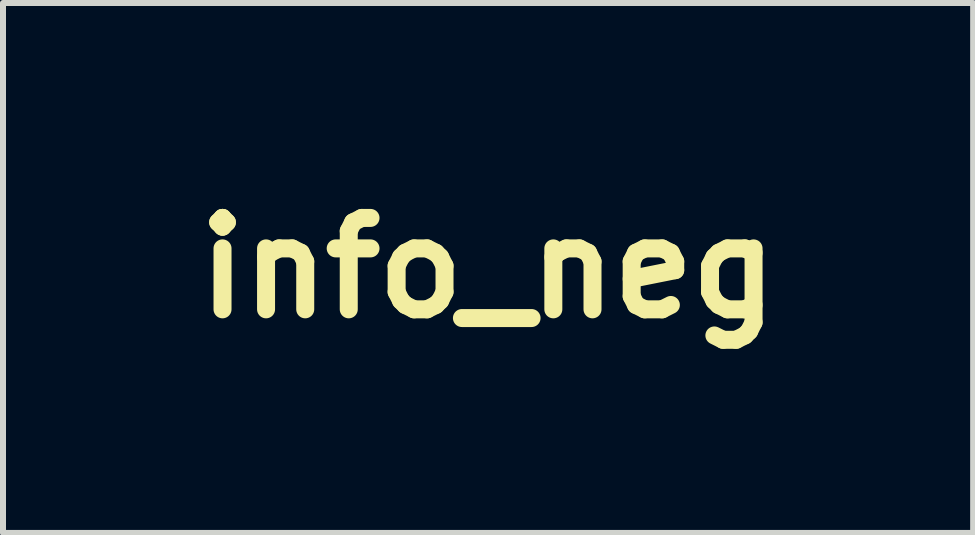
<source format=kicad_pcb>
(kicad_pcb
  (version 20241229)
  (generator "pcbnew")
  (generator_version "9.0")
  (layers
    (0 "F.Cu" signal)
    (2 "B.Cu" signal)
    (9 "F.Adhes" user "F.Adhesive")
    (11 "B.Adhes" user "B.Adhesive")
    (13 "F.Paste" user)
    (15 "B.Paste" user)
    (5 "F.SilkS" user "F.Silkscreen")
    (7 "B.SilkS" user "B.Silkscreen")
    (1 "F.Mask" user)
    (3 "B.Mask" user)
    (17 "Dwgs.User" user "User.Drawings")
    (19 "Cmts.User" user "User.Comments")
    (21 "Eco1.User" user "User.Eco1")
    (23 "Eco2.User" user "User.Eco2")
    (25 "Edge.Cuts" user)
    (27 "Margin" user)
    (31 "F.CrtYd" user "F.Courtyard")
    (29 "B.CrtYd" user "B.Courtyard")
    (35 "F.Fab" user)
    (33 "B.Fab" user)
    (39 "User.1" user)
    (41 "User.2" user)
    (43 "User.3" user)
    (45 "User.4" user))
  (footprint "info_neg"
    (layer "F.Cu")
    (at 5.087 1.418)
    (property "Reference" "info_neg" (at 0 0 0) (layer "F.SilkS") (effects (font (size 1.524 1.524) (thickness 0.3))))
    (attr through_hole)
    (fp_poly (pts (xy -2.585 -0.279) (xy -2.582 -0.265) (xy -2.594 -0.236) (xy -2.603 -0.233) (xy -2.622 -0.25) (xy -2.625 -0.265) (xy -2.613 -0.293) (xy -2.603 -0.296) (xy -2.585 -0.279)) (stroke (width 0.01) (type solid)) (fill yes) (layer "F.Mask"))
    (fp_poly (pts (xy -0.722 0.229) (xy -0.72 0.243) (xy -0.731 0.272) (xy -0.741 0.275) (xy -0.76 0.258) (xy -0.762 0.243) (xy -0.751 0.215) (xy -0.741 0.212) (xy -0.722 0.229)) (stroke (width 0.01) (type solid)) (fill yes) (layer "F.Mask"))
    (fp_poly (pts (xy 0.495 -0.374) (xy 0.504 -0.344) (xy 0.499 -0.305) (xy 0.476 -0.296) (xy 0.45 -0.311) (xy 0.448 -0.344) (xy 0.462 -0.381) (xy 0.476 -0.392) (xy 0.495 -0.374)) (stroke (width 0.01) (type solid)) (fill yes) (layer "F.Mask"))
    (fp_poly (pts (xy 1.543 0.229) (xy 1.545 0.243) (xy 1.534 0.272) (xy 1.524 0.275) (xy 1.505 0.258) (xy 1.503 0.243) (xy 1.514 0.215) (xy 1.524 0.212) (xy 1.543 0.229)) (stroke (width 0.01) (type solid)) (fill yes) (layer "F.Mask"))
    (fp_poly (pts (xy -0.873 -0.233) (xy -0.868 -0.211) (xy -0.878 -0.171) (xy -0.901 -0.155) (xy -0.918 -0.163) (xy -0.929 -0.193) (xy -0.931 -0.225) (xy -0.923 -0.26) (xy -0.9 -0.262) (xy -0.873 -0.233)) (stroke (width 0.01) (type solid)) (fill yes) (layer "F.Mask"))
    (fp_poly (pts (xy -0.425 0.135) (xy -0.424 0.137) (xy -0.409 0.176) (xy -0.431 0.204) (xy -0.467 0.212) (xy -0.499 0.199) (xy -0.508 0.159) (xy -0.495 0.116) (xy -0.464 0.108) (xy -0.425 0.135)) (stroke (width 0.01) (type solid)) (fill yes) (layer "F.Mask"))
    (fp_poly (pts (xy -2.044 0.119) (xy -2.013 0.146) (xy -2.013 0.182) (xy -2.04 0.208) (xy -2.064 0.212) (xy -2.104 0.203) (xy -2.116 0.169) (xy -2.117 0.159) (xy -2.11 0.117) (xy -2.082 0.108) (xy -2.044 0.119)) (stroke (width 0.01) (type solid)) (fill yes) (layer "F.Mask"))
    (fp_poly (pts (xy 0.04 -0.393) (xy 0.04 -0.393) (xy 0.061 -0.363) (xy 0.061 -0.325) (xy 0.042 -0.299) (xy 0.031 -0.296) (xy -0.004 -0.314) (xy -0.014 -0.33) (xy -0.014 -0.368) (xy 0.009 -0.394) (xy 0.04 -0.393)) (stroke (width 0.01) (type solid)) (fill yes) (layer "F.Mask"))
    (fp_poly (pts (xy 0.051 0.195) (xy 0.067 0.217) (xy 0.081 0.246) (xy 0.084 0.259) (xy 0.067 0.273) (xy 0.051 0.275) (xy 0.027 0.263) (xy 0.029 0.242) (xy 0.041 0.205) (xy 0.043 0.194) (xy 0.051 0.195)) (stroke (width 0.01) (type solid)) (fill yes) (layer "F.Mask"))
    (fp_poly (pts (xy -2.029 -0.375) (xy -2.014 -0.321) (xy -2.011 -0.275) (xy -2.019 -0.203) (xy -2.04 -0.163) (xy -2.071 -0.159) (xy -2.093 -0.175) (xy -2.11 -0.215) (xy -2.116 -0.276) (xy -2.11 -0.336) (xy -2.093 -0.375) (xy -2.057 -0.394) (xy -2.029 -0.375)) (stroke (width 0.01) (type solid)) (fill yes) (layer "F.Mask"))
    (fp_poly (pts (xy 0.65 0.23) (xy 0.656 0.274) (xy 0.656 0.275) (xy 0.65 0.32) (xy 0.635 0.339) (xy 0.635 0.339) (xy 0.62 0.32) (xy 0.614 0.276) (xy 0.614 0.275) (xy 0.62 0.231) (xy 0.635 0.212) (xy 0.635 0.212) (xy 0.65 0.23)) (stroke (width 0.01) (type solid)) (fill yes) (layer "F.Mask"))
    (fp_poly (pts (xy -1.123 -0.385) (xy -1.108 -0.345) (xy -1.101 -0.277) (xy -1.101 -0.264) (xy -1.108 -0.207) (xy -1.126 -0.177) (xy -1.15 -0.184) (xy -1.151 -0.184) (xy -1.16 -0.214) (xy -1.164 -0.267) (xy -1.162 -0.326) (xy -1.154 -0.373) (xy -1.145 -0.39) (xy -1.123 -0.385)) (stroke (width 0.01) (type solid)) (fill yes) (layer "F.Mask"))
    (fp_poly (pts (xy -2.285 0.145) (xy -2.267 0.2) (xy -2.265 0.233) (xy -2.275 0.301) (xy -2.302 0.341) (xy -2.343 0.345) (xy -2.344 0.345) (xy -2.36 0.32) (xy -2.369 0.269) (xy -2.37 0.207) (xy -2.365 0.152) (xy -2.351 0.118) (xy -2.349 0.116) (xy -2.314 0.114) (xy -2.285 0.145)) (stroke (width 0.01) (type solid)) (fill yes) (layer "F.Mask"))
    (fp_poly (pts (xy 2.499 0.145) (xy 2.516 0.2) (xy 2.519 0.233) (xy 2.509 0.301) (xy 2.481 0.341) (xy 2.441 0.345) (xy 2.439 0.345) (xy 2.424 0.32) (xy 2.415 0.269) (xy 2.413 0.207) (xy 2.419 0.152) (xy 2.432 0.118) (xy 2.435 0.116) (xy 2.469 0.114) (xy 2.499 0.145)) (stroke (width 0.01) (type solid)) (fill yes) (layer "F.Mask"))
    (fp_poly (pts (xy 3.006 0.55) (xy -3.006 0.55) (xy -3.006 0.386) (xy -2.921 0.386) (xy -2.903 0.399) (xy -2.862 0.401) (xy -2.813 0.392) (xy -2.806 0.389) (xy -2.788 0.373) (xy -2.778 0.336) (xy -2.773 0.269) (xy -2.773 0.233) (xy -2.731 0.233) (xy -2.729 0.32) (xy -2.724 0.372) (xy -2.713 0.397) (xy -2.699 0.402) (xy -2.678 0.39) (xy -2.668 0.348) (xy -2.667 0.304) (xy -2.665 0.246) (xy -2.658 0.223) (xy -2.641 0.228) (xy -2.635 0.233) (xy -2.601 0.249) (xy -2.572 0.233) (xy -2.552 0.222) (xy -2.543 0.237) (xy -2.54 0.285) (xy -2.54 0.304) (xy -2.536 0.368) (xy -2.523 0.398) (xy -2.508 0.402) (xy -2.492 0.394) (xy -2.482 0.365) (xy -2.478 0.308) (xy -2.477 0.233) (xy -2.434 0.233) (xy -2.429 0.299) (xy -2.416 0.353) (xy -2.412 0.361) (xy -2.375 0.392) (xy -2.319 0.402) (xy -2.266 0.39) (xy -2.248 0.377) (xy -2.234 0.343) (xy -2.225 0.282) (xy -2.223 0.233) (xy -2.228 0.146) (xy -2.249 0.093) (xy -2.288 0.068) (xy -2.332 0.064) (xy -2.159 0.064) (xy -2.159 0.233) (xy -2.157 0.317) (xy -2.15 0.376) (xy -2.14 0.402) (xy -2.138 0.402) (xy -2.123 0.384) (xy -2.117 0.339) (xy -2.117 0.339) (xy -2.108 0.29) (xy -2.087 0.275) (xy -2.06 0.293) (xy -2.033 0.336) (xy -2.032 0.339) (xy -2.006 0.383) (xy -1.978 0.402) (xy -1.977 0.402) (xy -1.952 0.396) (xy -1.952 0.373) (xy -1.97 0.335) (xy -1.982 0.285) (xy -1.967 0.23) (xy -1.951 0.155) (xy -1.971 0.1) (xy -2.025 0.069) (xy -2.074 0.064) (xy -1.905 0.064) (xy -1.905 0.402) (xy -1.82 0.402) (xy -1.767 0.397) (xy -1.738 0.386) (xy -1.736 0.381) (xy -1.754 0.366) (xy -1.798 0.36) (xy -1.799 0.36) (xy -1.845 0.354) (xy -1.861 0.33) (xy -1.863 0.308) (xy -1.85 0.265) (xy -1.817 0.25) (xy -1.774 0.234) (xy -1.773 0.233) (xy -1.672 0.233) (xy -1.672 0.402) (xy -1.587 0.402) (xy -1.534 0.397) (xy -1.505 0.386) (xy -1.503 0.381) (xy -1.521 0.366) (xy -1.566 0.36) (xy -1.566 0.36) (xy -1.63 0.36) (xy -1.63 0.233) (xy -1.439 0.233) (xy -1.439 0.402) (xy -1.355 0.402) (xy -1.302 0.397) (xy -1.272 0.386) (xy -1.27 0.381) (xy -1.288 0.366) (xy -1.333 0.36) (xy -1.333 0.36) (xy -1.397 0.36) (xy -1.397 0.233) (xy -1.228 0.233) (xy -1.226 0.32) (xy -1.221 0.372) (xy -1.21 0.397) (xy -1.196 0.402) (xy -1.18 0.394) (xy -1.17 0.365) (xy -1.165 0.308) (xy -1.164 0.233) (xy -1.122 0.233) (xy -1.12 0.32) (xy -1.115 0.372) (xy -1.104 0.397) (xy -1.09 0.402) (xy -1.068 0.388) (xy -1.059 0.34) (xy -1.058 0.32) (xy -1.056 0.268) (xy -1.043 0.247) (xy -1.013 0.247) (xy -1.005 0.249) (xy -0.968 0.263) (xy -0.954 0.297) (xy -0.953 0.331) (xy -0.947 0.379) (xy -0.934 0.402) (xy -0.931 0.402) (xy -0.922 0.385) (xy -0.868 0.385) (xy -0.855 0.403) (xy -0.829 0.397) (xy -0.804 0.374) (xy -0.798 0.36) (xy -0.77 0.324) (xy -0.741 0.318) (xy -0.697 0.335) (xy -0.683 0.36) (xy -0.665 0.389) (xy -0.637 0.403) (xy -0.616 0.396) (xy -0.614 0.385) (xy -0.621 0.344) (xy -0.64 0.283) (xy -0.667 0.213) (xy -0.695 0.148) (xy -0.721 0.098) (xy -0.739 0.075) (xy -0.741 0.074) (xy -0.758 0.092) (xy -0.783 0.139) (xy -0.811 0.203) (xy -0.838 0.273) (xy -0.858 0.336) (xy -0.868 0.381) (xy -0.868 0.385) (xy -0.922 0.385) (xy -0.921 0.382) (xy -0.913 0.328) (xy -0.91 0.248) (xy -0.91 0.233) (xy -0.913 0.149) (xy -0.919 0.09) (xy -0.929 0.064) (xy -0.931 0.064) (xy -0.572 0.064) (xy -0.572 0.233) (xy -0.57 0.32) (xy -0.565 0.372) (xy -0.554 0.397) (xy -0.54 0.402) (xy -0.515 0.383) (xy -0.508 0.339) (xy -0.502 0.294) (xy -0.488 0.275) (xy -0.487 0.275) (xy -0.465 0.292) (xy -0.437 0.333) (xy -0.434 0.339) (xy -0.404 0.383) (xy -0.377 0.402) (xy -0.361 0.392) (xy -0.36 0.38) (xy -0.369 0.344) (xy -0.383 0.314) (xy -0.395 0.27) (xy -0.383 0.247) (xy -0.376 0.233) (xy -0.296 0.233) (xy -0.296 0.402) (xy -0.212 0.402) (xy -0.159 0.397) (xy -0.129 0.386) (xy -0.127 0.381) (xy -0.132 0.377) (xy -0.064 0.377) (xy -0.053 0.401) (xy -0.032 0.394) (xy -0.011 0.362) (xy -0.011 0.36) (xy 0.02 0.324) (xy 0.053 0.318) (xy 0.1 0.334) (xy 0.116 0.36) (xy 0.136 0.393) (xy 0.158 0.401) (xy 0.169 0.379) (xy 0.169 0.377) (xy 0.163 0.335) (xy 0.145 0.273) (xy 0.131 0.233) (xy 0.233 0.233) (xy 0.236 0.318) (xy 0.244 0.374) (xy 0.254 0.4) (xy 0.265 0.392) (xy 0.275 0.347) (xy 0.279 0.302) (xy 0.286 0.202) (xy 0.339 0.302) (xy 0.379 0.37) (xy 0.409 0.4) (xy 0.429 0.389) (xy 0.44 0.339) (xy 0.443 0.276) (xy 0.487 0.276) (xy 0.489 0.358) (xy 0.497 0.411) (xy 0.515 0.446) (xy 0.533 0.465) (xy 0.581 0.497) (xy 0.625 0.507) (xy 0.652 0.492) (xy 0.656 0.476) (xy 0.64 0.448) (xy 0.626 0.445) (xy 0.58 0.426) (xy 0.547 0.378) (xy 0.529 0.314) (xy 0.529 0.243) (xy 0.549 0.179) (xy 0.572 0.148) (xy 0.612 0.114) (xy 0.645 0.111) (xy 0.69 0.136) (xy 0.694 0.139) (xy 0.726 0.172) (xy 0.737 0.221) (xy 0.738 0.26) (xy 0.734 0.349) (xy 0.722 0.254) (xy 0.709 0.192) (xy 0.69 0.162) (xy 0.664 0.152) (xy 0.609 0.163) (xy 0.568 0.207) (xy 0.551 0.274) (xy 0.55 0.283) (xy 0.561 0.35) (xy 0.597 0.388) (xy 0.665 0.402) (xy 0.681 0.402) (xy 0.743 0.394) (xy 0.778 0.367) (xy 0.785 0.357) (xy 0.798 0.3) (xy 0.848 0.3) (xy 0.854 0.357) (xy 0.872 0.388) (xy 0.909 0.4) (xy 0.962 0.402) (xy 1.058 0.402) (xy 1.058 0.296) (xy 1.057 0.234) (xy 1.056 0.233) (xy 1.101 0.233) (xy 1.102 0.32) (xy 1.108 0.372) (xy 1.118 0.397) (xy 1.132 0.402) (xy 1.153 0.39) (xy 1.163 0.348) (xy 1.164 0.304) (xy 1.166 0.246) (xy 1.173 0.223) (xy 1.19 0.228) (xy 1.196 0.233) (xy 1.23 0.249) (xy 1.259 0.233) (xy 1.279 0.222) (xy 1.288 0.237) (xy 1.291 0.285) (xy 1.291 0.304) (xy 1.295 0.368) (xy 1.309 0.398) (xy 1.323 0.402) (xy 1.339 0.394) (xy 1.342 0.385) (xy 1.397 0.385) (xy 1.409 0.403) (xy 1.436 0.397) (xy 1.461 0.374) (xy 1.467 0.36) (xy 1.495 0.324) (xy 1.524 0.318) (xy 1.568 0.335) (xy 1.581 0.36) (xy 1.6 0.389) (xy 1.628 0.403) (xy 1.648 0.396) (xy 1.651 0.385) (xy 1.644 0.344) (xy 1.624 0.283) (xy 1.606 0.233) (xy 1.693 0.233) (xy 1.695 0.32) (xy 1.7 0.372) (xy 1.711 0.397) (xy 1.725 0.402) (xy 1.741 0.394) (xy 1.751 0.365) (xy 1.756 0.308) (xy 1.757 0.233) (xy 1.799 0.233) (xy 1.799 0.402) (xy 1.884 0.402) (xy 1.937 0.397) (xy 1.966 0.386) (xy 1.968 0.381) (xy 1.955 0.37) (xy 2.032 0.37) (xy 2.043 0.399) (xy 2.053 0.402) (xy 2.072 0.385) (xy 2.074 0.37) (xy 2.063 0.342) (xy 2.053 0.339) (xy 2.034 0.356) (xy 2.032 0.37) (xy 1.955 0.37) (xy 1.95 0.366) (xy 1.906 0.36) (xy 1.905 0.36) (xy 1.841 0.36) (xy 1.841 0.233) (xy 2.117 0.233) (xy 2.121 0.303) (xy 2.132 0.357) (xy 2.142 0.377) (xy 2.175 0.393) (xy 2.224 0.401) (xy 2.273 0.4) (xy 2.303 0.39) (xy 2.307 0.382) (xy 2.289 0.366) (xy 2.249 0.356) (xy 2.216 0.349) (xy 2.198 0.332) (xy 2.192 0.293) (xy 2.191 0.24) (xy 2.35 0.24) (xy 2.357 0.316) (xy 2.371 0.361) (xy 2.409 0.392) (xy 2.464 0.402) (xy 2.518 0.39) (xy 2.536 0.377) (xy 2.551 0.34) (xy 2.559 0.277) (xy 2.56 0.233) (xy 2.603 0.233) (xy 2.605 0.32) (xy 2.61 0.372) (xy 2.621 0.397) (xy 2.635 0.402) (xy 2.656 0.39) (xy 2.666 0.348) (xy 2.667 0.304) (xy 2.669 0.246) (xy 2.676 0.223) (xy 2.693 0.228) (xy 2.699 0.233) (xy 2.733 0.249) (xy 2.762 0.233) (xy 2.782 0.222) (xy 2.791 0.237) (xy 2.794 0.285) (xy 2.794 0.304) (xy 2.798 0.368) (xy 2.811 0.398) (xy 2.826 0.402) (xy 2.842 0.394) (xy 2.852 0.365) (xy 2.856 0.308) (xy 2.857 0.233) (xy 2.853 0.134) (xy 2.841 0.076) (xy 2.821 0.06) (xy 2.792 0.084) (xy 2.773 0.116) (xy 2.748 0.155) (xy 2.731 0.169) (xy 2.711 0.153) (xy 2.688 0.116) (xy 2.655 0.068) (xy 2.63 0.062) (xy 2.614 0.097) (xy 2.605 0.173) (xy 2.603 0.233) (xy 2.56 0.233) (xy 2.56 0.204) (xy 2.553 0.138) (xy 2.54 0.094) (xy 2.536 0.089) (xy 2.489 0.066) (xy 2.432 0.067) (xy 2.384 0.089) (xy 2.371 0.104) (xy 2.355 0.163) (xy 2.35 0.24) (xy 2.191 0.24) (xy 2.191 0.233) (xy 2.192 0.166) (xy 2.2 0.13) (xy 2.219 0.115) (xy 2.249 0.11) (xy 2.296 0.097) (xy 2.304 0.08) (xy 2.276 0.067) (xy 2.237 0.064) (xy 2.176 0.071) (xy 2.139 0.099) (xy 2.121 0.155) (xy 2.117 0.233) (xy 1.841 0.233) (xy 1.841 0.212) (xy 1.839 0.136) (xy 1.831 0.083) (xy 1.82 0.064) (xy 1.82 0.064) (xy 1.81 0.083) (xy 1.802 0.137) (xy 1.799 0.218) (xy 1.799 0.233) (xy 1.757 0.233) (xy 1.755 0.146) (xy 1.75 0.094) (xy 1.739 0.069) (xy 1.725 0.064) (xy 1.709 0.071) (xy 1.699 0.1) (xy 1.694 0.158) (xy 1.693 0.233) (xy 1.606 0.233) (xy 1.598 0.213) (xy 1.57 0.148) (xy 1.544 0.098) (xy 1.526 0.075) (xy 1.524 0.074) (xy 1.507 0.092) (xy 1.482 0.139) (xy 1.454 0.203) (xy 1.427 0.273) (xy 1.407 0.336) (xy 1.397 0.381) (xy 1.397 0.385) (xy 1.342 0.385) (xy 1.349 0.365) (xy 1.354 0.308) (xy 1.355 0.233) (xy 1.351 0.134) (xy 1.338 0.076) (xy 1.318 0.06) (xy 1.289 0.084) (xy 1.27 0.116) (xy 1.245 0.155) (xy 1.228 0.169) (xy 1.209 0.153) (xy 1.185 0.116) (xy 1.152 0.068) (xy 1.128 0.062) (xy 1.111 0.097) (xy 1.102 0.173) (xy 1.101 0.233) (xy 1.056 0.233) (xy 1.048 0.202) (xy 1.027 0.192) (xy 1.005 0.191) (xy 0.966 0.198) (xy 0.953 0.212) (xy 0.969 0.232) (xy 0.974 0.233) (xy 0.989 0.251) (xy 0.995 0.296) (xy 0.995 0.296) (xy 0.985 0.346) (xy 0.954 0.359) (xy 0.914 0.342) (xy 0.896 0.305) (xy 0.892 0.231) (xy 0.893 0.22) (xy 0.898 0.158) (xy 0.91 0.127) (xy 0.938 0.114) (xy 0.979 0.11) (xy 1.038 0.1) (xy 1.058 0.086) (xy 1.041 0.073) (xy 0.992 0.067) (xy 0.958 0.068) (xy 0.857 0.074) (xy 0.851 0.209) (xy 0.848 0.3) (xy 0.798 0.3) (xy 0.798 0.298) (xy 0.794 0.222) (xy 0.774 0.148) (xy 0.747 0.101) (xy 0.695 0.071) (xy 0.625 0.066) (xy 0.555 0.084) (xy 0.534 0.096) (xy 0.508 0.12) (xy 0.494 0.152) (xy 0.488 0.206) (xy 0.487 0.276) (xy 0.443 0.276) (xy 0.444 0.247) (xy 0.445 0.233) (xy 0.443 0.146) (xy 0.438 0.094) (xy 0.427 0.069) (xy 0.413 0.064) (xy 0.391 0.077) (xy 0.381 0.122) (xy 0.38 0.153) (xy 0.379 0.243) (xy 0.325 0.153) (xy 0.29 0.102) (xy 0.262 0.069) (xy 0.252 0.064) (xy 0.243 0.083) (xy 0.236 0.135) (xy 0.233 0.209) (xy 0.233 0.233) (xy 0.131 0.233) (xy 0.121 0.204) (xy 0.095 0.138) (xy 0.071 0.087) (xy 0.055 0.064) (xy 0.053 0.064) (xy 0.037 0.082) (xy 0.014 0.129) (xy -0.012 0.194) (xy -0.036 0.264) (xy -0.055 0.327) (xy -0.063 0.373) (xy -0.064 0.377) (xy -0.132 0.377) (xy -0.145 0.366) (xy -0.19 0.36) (xy -0.191 0.36) (xy -0.254 0.36) (xy -0.254 0.212) (xy -0.257 0.136) (xy -0.264 0.083) (xy -0.275 0.064) (xy -0.275 0.064) (xy -0.286 0.083) (xy -0.293 0.137) (xy -0.296 0.218) (xy -0.296 0.233) (xy -0.376 0.233) (xy -0.363 0.204) (xy -0.362 0.145) (xy -0.379 0.096) (xy -0.385 0.089) (xy -0.422 0.072) (xy -0.48 0.064) (xy -0.491 0.064) (xy -0.572 0.064) (xy -0.931 0.064) (xy -0.946 0.082) (xy -0.952 0.126) (xy -0.953 0.127) (xy -0.958 0.172) (xy -0.982 0.189) (xy -1.005 0.191) (xy -1.043 0.184) (xy -1.057 0.155) (xy -1.058 0.127) (xy -1.068 0.077) (xy -1.09 0.064) (xy -1.106 0.071) (xy -1.116 0.1) (xy -1.121 0.158) (xy -1.122 0.233) (xy -1.164 0.233) (xy -1.166 0.146) (xy -1.171 0.094) (xy -1.182 0.069) (xy -1.196 0.064) (xy -1.212 0.071) (xy -1.222 0.1) (xy -1.227 0.158) (xy -1.228 0.233) (xy -1.397 0.233) (xy -1.397 0.212) (xy -1.4 0.136) (xy -1.407 0.083) (xy -1.418 0.064) (xy -1.418 0.064) (xy -1.429 0.083) (xy -1.436 0.137) (xy -1.439 0.218) (xy -1.439 0.233) (xy -1.63 0.233) (xy -1.63 0.212) (xy -1.633 0.136) (xy -1.64 0.083) (xy -1.651 0.064) (xy -1.651 0.064) (xy -1.661 0.083) (xy -1.669 0.137) (xy -1.672 0.218) (xy -1.672 0.233) (xy -1.773 0.233) (xy -1.762 0.211) (xy -1.782 0.194) (xy -1.808 0.191) (xy -1.85 0.181) (xy -1.863 0.149) (xy -1.863 0.148) (xy -1.853 0.117) (xy -1.816 0.106) (xy -1.799 0.106) (xy -1.755 0.1) (xy -1.736 0.085) (xy -1.736 0.085) (xy -1.754 0.071) (xy -1.801 0.064) (xy -1.82 0.064) (xy -1.905 0.064) (xy -2.074 0.064) (xy -2.159 0.064) (xy -2.332 0.064) (xy -2.387 0.078) (xy -2.42 0.125) (xy -2.434 0.206) (xy -2.434 0.233) (xy -2.477 0.233) (xy -2.481 0.134) (xy -2.493 0.076) (xy -2.513 0.06) (xy -2.542 0.084) (xy -2.561 0.116) (xy -2.586 0.155) (xy -2.603 0.169) (xy -2.623 0.153) (xy -2.646 0.116) (xy -2.679 0.068) (xy -2.704 0.062) (xy -2.72 0.097) (xy -2.729 0.173) (xy -2.731 0.233) (xy -2.773 0.233) (xy -2.773 0.22) (xy -2.776 0.132) (xy -2.785 0.081) (xy -2.796 0.067) (xy -2.808 0.092) (xy -2.817 0.157) (xy -2.819 0.196) (xy -2.825 0.271) (xy -2.836 0.315) (xy -2.855 0.339) (xy -2.873 0.349) (xy -2.91 0.371) (xy -2.921 0.386) (xy -3.006 0.386) (xy -3.006 -0.122) (xy -2.921 -0.122) (xy -2.903 -0.109) (xy -2.862 -0.107) (xy -2.813 -0.116) (xy -2.806 -0.119) (xy -2.802 -0.123) (xy -2.731 -0.123) (xy -2.718 -0.105) (xy -2.691 -0.111) (xy -2.667 -0.134) (xy -2.661 -0.148) (xy -2.632 -0.184) (xy -2.603 -0.191) (xy -2.56 -0.173) (xy -2.546 -0.148) (xy -2.527 -0.119) (xy -2.499 -0.105) (xy -2.479 -0.112) (xy -2.477 -0.123) (xy -2.484 -0.164) (xy -2.503 -0.225) (xy -2.529 -0.295) (xy -2.558 -0.36) (xy -2.568 -0.381) (xy -2.434 -0.381) (xy -2.427 -0.336) (xy -2.383 -0.284) (xy -2.3 -0.222) (xy -2.294 -0.218) (xy -2.271 -0.192) (xy -2.28 -0.171) (xy -2.313 -0.163) (xy -2.359 -0.173) (xy -2.364 -0.175) (xy -2.41 -0.187) (xy -2.43 -0.175) (xy -2.416 -0.142) (xy -2.413 -0.137) (xy -2.365 -0.112) (xy -2.309 -0.11) (xy -2.258 -0.119) (xy -2.235 -0.141) (xy -2.227 -0.182) (xy -2.228 -0.229) (xy -2.25 -0.262) (xy -2.27 -0.275) (xy -2.159 -0.275) (xy -2.155 -0.205) (xy -2.144 -0.151) (xy -2.134 -0.131) (xy -2.087 -0.108) (xy -2.03 -0.109) (xy -1.982 -0.131) (xy -1.969 -0.147) (xy -1.955 -0.194) (xy -1.948 -0.26) (xy -1.947 -0.275) (xy -1.905 -0.275) (xy -1.902 -0.19) (xy -1.894 -0.134) (xy -1.884 -0.108) (xy -1.872 -0.116) (xy -1.863 -0.161) (xy -1.859 -0.206) (xy -1.852 -0.306) (xy -1.799 -0.206) (xy -1.759 -0.138) (xy -1.729 -0.108) (xy -1.709 -0.119) (xy -1.706 -0.13) (xy -1.439 -0.13) (xy -1.42 -0.114) (xy -1.37 -0.106) (xy -1.355 -0.106) (xy -1.302 -0.111) (xy -1.272 -0.122) (xy -1.27 -0.127) (xy -1.288 -0.144) (xy -1.312 -0.148) (xy -1.344 -0.152) (xy -1.351 -0.168) (xy -1.335 -0.205) (xy -1.311 -0.246) (xy -1.298 -0.275) (xy -1.228 -0.275) (xy -1.22 -0.207) (xy -1.206 -0.159) (xy -1.181 -0.118) (xy -1.14 -0.109) (xy -1.127 -0.11) (xy -1.086 -0.122) (xy -1.061 -0.157) (xy -1.049 -0.196) (xy -1.044 -0.255) (xy -0.995 -0.255) (xy -0.986 -0.172) (xy -0.959 -0.124) (xy -0.91 -0.106) (xy -0.9 -0.106) (xy -0.851 -0.117) (xy -0.83 -0.131) (xy -0.809 -0.177) (xy -0.808 -0.212) (xy -0.762 -0.212) (xy -0.743 -0.199) (xy -0.695 -0.191) (xy -0.667 -0.191) (xy -0.61 -0.195) (xy -0.576 -0.205) (xy -0.572 -0.212) (xy -0.59 -0.224) (xy -0.638 -0.232) (xy -0.667 -0.233) (xy -0.724 -0.229) (xy -0.758 -0.218) (xy -0.762 -0.212) (xy -0.808 -0.212) (xy -0.807 -0.237) (xy -0.825 -0.286) (xy -0.83 -0.292) (xy -0.871 -0.314) (xy -0.897 -0.318) (xy -0.924 -0.32) (xy -0.923 -0.333) (xy -0.893 -0.366) (xy -0.893 -0.366) (xy -0.861 -0.405) (xy -0.847 -0.43) (xy -0.847 -0.43) (xy -0.86 -0.445) (xy -0.532 -0.445) (xy -0.525 -0.355) (xy -0.517 -0.297) (xy -0.498 -0.267) (xy -0.466 -0.254) (xy -0.418 -0.23) (xy -0.406 -0.198) (xy -0.43 -0.168) (xy -0.464 -0.156) (xy -0.515 -0.139) (xy -0.527 -0.122) (xy -0.5 -0.11) (xy -0.45 -0.11) (xy -0.397 -0.118) (xy -0.373 -0.138) (xy -0.364 -0.183) (xy -0.364 -0.187) (xy -0.37 -0.259) (xy -0.402 -0.304) (xy -0.447 -0.318) (xy -0.481 -0.334) (xy -0.487 -0.36) (xy -0.477 -0.391) (xy -0.44 -0.402) (xy -0.423 -0.402) (xy -0.379 -0.408) (xy -0.36 -0.423) (xy -0.36 -0.423) (xy -0.296 -0.423) (xy -0.278 -0.407) (xy -0.243 -0.402) (xy -0.201 -0.392) (xy -0.191 -0.363) (xy -0.198 -0.322) (xy -0.206 -0.309) (xy -0.218 -0.279) (xy -0.225 -0.229) (xy -0.227 -0.173) (xy -0.223 -0.127) (xy -0.213 -0.106) (xy -0.212 -0.106) (xy -0.193 -0.124) (xy -0.177 -0.164) (xy -0.163 -0.214) (xy -0.151 -0.243) (xy -0.142 -0.276) (xy -0.14 -0.287) (xy -0.061 -0.287) (xy -0.05 -0.258) (xy -0.019 -0.244) (xy -0.012 -0.242) (xy 0.033 -0.222) (xy 0.036 -0.197) (xy 0 -0.169) (xy -0.033 -0.143) (xy -0.042 -0.126) (xy -0.027 -0.108) (xy 0.009 -0.109) (xy 0.051 -0.128) (xy 0.072 -0.146) (xy 0.094 -0.184) (xy 0.098 -0.212) (xy 0.148 -0.212) (xy 0.167 -0.199) (xy 0.215 -0.191) (xy 0.243 -0.191) (xy 0.3 -0.195) (xy 0.334 -0.205) (xy 0.339 -0.212) (xy 0.32 -0.224) (xy 0.272 -0.232) (xy 0.243 -0.233) (xy 0.187 -0.229) (xy 0.153 -0.218) (xy 0.148 -0.212) (xy 0.098 -0.212) (xy 0.103 -0.241) (xy 0.102 -0.31) (xy 0.1 -0.339) (xy 0.381 -0.339) (xy 0.396 -0.274) (xy 0.44 -0.238) (xy 0.474 -0.233) (xy 0.5 -0.231) (xy 0.499 -0.218) (xy 0.47 -0.184) (xy 0.469 -0.184) (xy 0.432 -0.138) (xy 0.427 -0.113) (xy 0.454 -0.106) (xy 0.486 -0.121) (xy 0.525 -0.159) (xy 0.528 -0.162) (xy 0.556 -0.219) (xy 0.57 -0.292) (xy 0.569 -0.362) (xy 0.551 -0.413) (xy 0.546 -0.419) (xy 0.537 -0.423) (xy 0.614 -0.423) (xy 0.632 -0.409) (xy 0.677 -0.402) (xy 0.679 -0.402) (xy 0.723 -0.398) (xy 0.735 -0.381) (xy 0.729 -0.355) (xy 0.712 -0.313) (xy 0.701 -0.296) (xy 0.692 -0.27) (xy 0.686 -0.218) (xy 0.685 -0.196) (xy 0.69 -0.133) (xy 0.706 -0.106) (xy 0.728 -0.117) (xy 0.747 -0.167) (xy 0.75 -0.18) (xy 0.763 -0.229) (xy 0.777 -0.253) (xy 0.779 -0.254) (xy 0.788 -0.273) (xy 0.794 -0.321) (xy 0.796 -0.349) (xy 0.798 -0.445) (xy 0.844 -0.445) (xy 0.851 -0.355) (xy 0.859 -0.297) (xy 0.878 -0.267) (xy 0.91 -0.254) (xy 0.958 -0.23) (xy 0.97 -0.198) (xy 0.946 -0.168) (xy 0.912 -0.156) (xy 0.861 -0.139) (xy 0.849 -0.122) (xy 0.875 -0.11) (xy 0.926 -0.11) (xy 0.979 -0.118) (xy 1.003 -0.138) (xy 1.012 -0.183) (xy 1.012 -0.187) (xy 1.006 -0.259) (xy 0.974 -0.304) (xy 0.929 -0.318) (xy 0.895 -0.334) (xy 0.889 -0.36) (xy 0.896 -0.381) (xy 1.082 -0.381) (xy 1.087 -0.349) (xy 1.111 -0.339) (xy 1.13 -0.328) (xy 1.14 -0.292) (xy 1.143 -0.222) (xy 1.146 -0.158) (xy 1.155 -0.116) (xy 1.164 -0.106) (xy 1.175 -0.126) (xy 1.182 -0.18) (xy 1.185 -0.26) (xy 1.185 -0.275) (xy 1.182 -0.371) (xy 1.172 -0.427) (xy 1.152 -0.448) (xy 1.122 -0.435) (xy 1.105 -0.419) (xy 1.082 -0.381) (xy 0.896 -0.381) (xy 0.899 -0.391) (xy 0.936 -0.402) (xy 0.953 -0.402) (xy 0.997 -0.408) (xy 1.016 -0.423) (xy 1.016 -0.423) (xy 0.997 -0.437) (xy 0.95 -0.444) (xy 0.93 -0.445) (xy 0.844 -0.445) (xy 0.798 -0.445) (xy 0.706 -0.445) (xy 0.65 -0.44) (xy 0.617 -0.429) (xy 0.614 -0.423) (xy 0.537 -0.423) (xy 0.498 -0.442) (xy 0.44 -0.438) (xy 0.406 -0.419) (xy 0.387 -0.38) (xy 0.381 -0.339) (xy 0.1 -0.339) (xy 0.095 -0.434) (xy 0.021 -0.434) (xy -0.026 -0.431) (xy -0.048 -0.415) (xy -0.057 -0.375) (xy -0.059 -0.345) (xy -0.061 -0.287) (xy -0.14 -0.287) (xy -0.134 -0.333) (xy -0.133 -0.355) (xy -0.127 -0.445) (xy -0.211 -0.445) (xy -0.265 -0.44) (xy -0.294 -0.428) (xy -0.296 -0.423) (xy -0.36 -0.423) (xy -0.379 -0.437) (xy -0.426 -0.444) (xy -0.446 -0.445) (xy -0.532 -0.445) (xy -0.86 -0.445) (xy -0.861 -0.445) (xy -0.895 -0.435) (xy -0.94 -0.404) (xy -0.946 -0.398) (xy -0.98 -0.353) (xy -0.994 -0.293) (xy -0.995 -0.255) (xy -1.044 -0.255) (xy -1.041 -0.298) (xy -1.049 -0.355) (xy -1.069 -0.409) (xy -1.098 -0.434) (xy -1.127 -0.441) (xy -1.174 -0.437) (xy -1.202 -0.403) (xy -1.206 -0.392) (xy -1.223 -0.326) (xy -1.228 -0.275) (xy -1.298 -0.275) (xy -1.283 -0.31) (xy -1.273 -0.37) (xy -1.274 -0.375) (xy -1.284 -0.415) (xy -1.311 -0.431) (xy -1.355 -0.434) (xy -1.407 -0.429) (xy -1.43 -0.408) (xy -1.436 -0.386) (xy -1.435 -0.347) (xy -1.416 -0.344) (xy -1.382 -0.372) (xy -1.347 -0.392) (xy -1.329 -0.385) (xy -1.328 -0.355) (xy -1.351 -0.3) (xy -1.374 -0.26) (xy -1.41 -0.199) (xy -1.433 -0.15) (xy -1.439 -0.13) (xy -1.706 -0.13) (xy -1.697 -0.169) (xy -1.693 -0.261) (xy -1.693 -0.275) (xy -1.695 -0.362) (xy -1.7 -0.414) (xy -1.711 -0.439) (xy -1.725 -0.445) (xy -1.747 -0.431) (xy -1.757 -0.386) (xy -1.758 -0.355) (xy -1.758 -0.265) (xy -1.813 -0.355) (xy -1.848 -0.406) (xy -1.876 -0.439) (xy -1.886 -0.445) (xy -1.895 -0.425) (xy -1.901 -0.373) (xy -1.905 -0.299) (xy -1.905 -0.275) (xy -1.947 -0.275) (xy -1.956 -0.366) (xy -1.984 -0.421) (xy -2.034 -0.444) (xy -2.05 -0.445) (xy -2.106 -0.436) (xy -2.14 -0.404) (xy -2.156 -0.343) (xy -2.159 -0.275) (xy -2.27 -0.275) (xy -2.297 -0.294) (xy -2.349 -0.333) (xy -2.363 -0.365) (xy -2.34 -0.383) (xy -2.287 -0.385) (xy -2.239 -0.385) (xy -2.226 -0.4) (xy -2.227 -0.406) (xy -2.254 -0.428) (xy -2.304 -0.44) (xy -2.359 -0.439) (xy -2.402 -0.424) (xy -2.404 -0.422) (xy -2.434 -0.381) (xy -2.568 -0.381) (xy -2.583 -0.41) (xy -2.602 -0.433) (xy -2.603 -0.434) (xy -2.62 -0.416) (xy -2.645 -0.369) (xy -2.674 -0.305) (xy -2.7 -0.235) (xy -2.721 -0.172) (xy -2.73 -0.127) (xy -2.731 -0.123) (xy -2.802 -0.123) (xy -2.788 -0.135) (xy -2.778 -0.172) (xy -2.773 -0.239) (xy -2.773 -0.288) (xy -2.776 -0.376) (xy -2.785 -0.427) (xy -2.796 -0.441) (xy -2.808 -0.416) (xy -2.817 -0.351) (xy -2.819 -0.312) (xy -2.825 -0.237) (xy -2.836 -0.193) (xy -2.855 -0.169) (xy -2.873 -0.159) (xy -2.91 -0.137) (xy -2.921 -0.122) (xy -3.006 -0.122) (xy -3.006 -0.529) (xy 3.006 -0.529) (xy 3.006 0.55)) (stroke (width 0.01) (type solid)) (fill yes) (layer "F.Mask")))
  (gr_rect
    (start -3 -3)
    (end 13.175 5.836)
    (stroke (width 0.1) (type default))
    (fill no)
    (layer "Edge.Cuts")))
</source>
